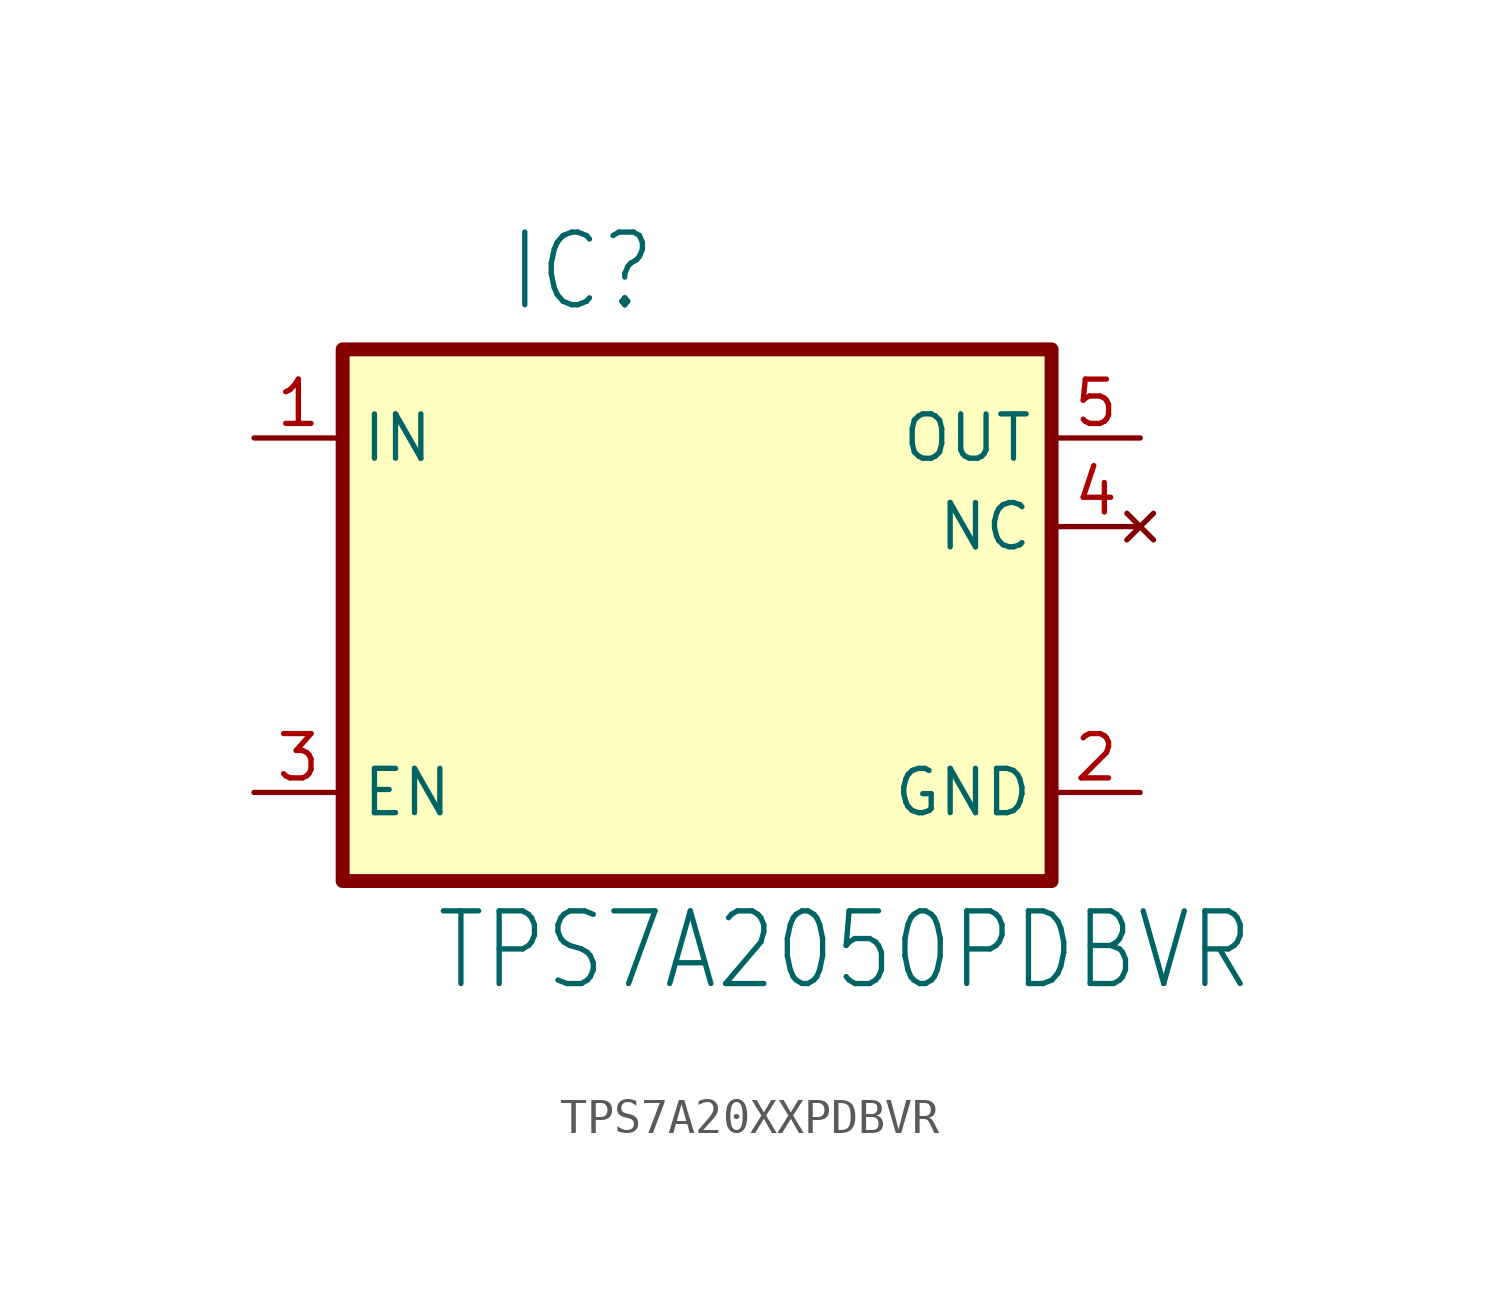
<source format=kicad_sym>
(kicad_symbol_lib
  (version 20220914)
  (generator kicad_symbol_editor)
  (symbol "TPS7A20XXPDBVR"
    (property "Reference" "IC"
      (at -5.461 8.636 0)
      (effects (font (size 2.083 1.77)) (justify left bottom)))
    (property "Value" "TPS7A2050PDBVR"
      (at -7.544 -10.82 0)
      (effects (font (size 2.083 1.77)) (justify left bottom)))
    (symbol "TPS7A20XXPDBVR_1_0"
      (pin input line (at -12.7 5.08 0) (length 2.54) (name "IN" (effects (font (size 1.27 1.27)))) (number "1" (effects (font (size 1.27 1.27)))))
      (pin passive line (at 12.7 -5.08 180) (length 2.54) (name "GND" (effects (font (size 1.27 1.27)))) (number "2" (effects (font (size 1.27 1.27)))))
      (pin input line (at -12.7 -5.08 0) (length 2.54) (name "EN" (effects (font (size 1.27 1.27)))) (number "3" (effects (font (size 1.27 1.27)))))
      (pin no_connect line (at 12.7 2.54 180) (length 2.54) (name "NC" (effects (font (size 1.27 1.27)))) (number "4" (effects (font (size 1.27 1.27)))))
      (pin passive line (at 12.7 5.08 180) (length 2.54) (name "OUT" (effects (font (size 1.27 1.27)))) (number "5" (effects (font (size 1.27 1.27))))))
    (symbol "TPS7A20XXPDBVR_1_1"
      (rectangle (start -10.16 7.62) (end 10.16 -7.62) (stroke (width 0.4) (type default)) (fill (type background))))))
</source>
